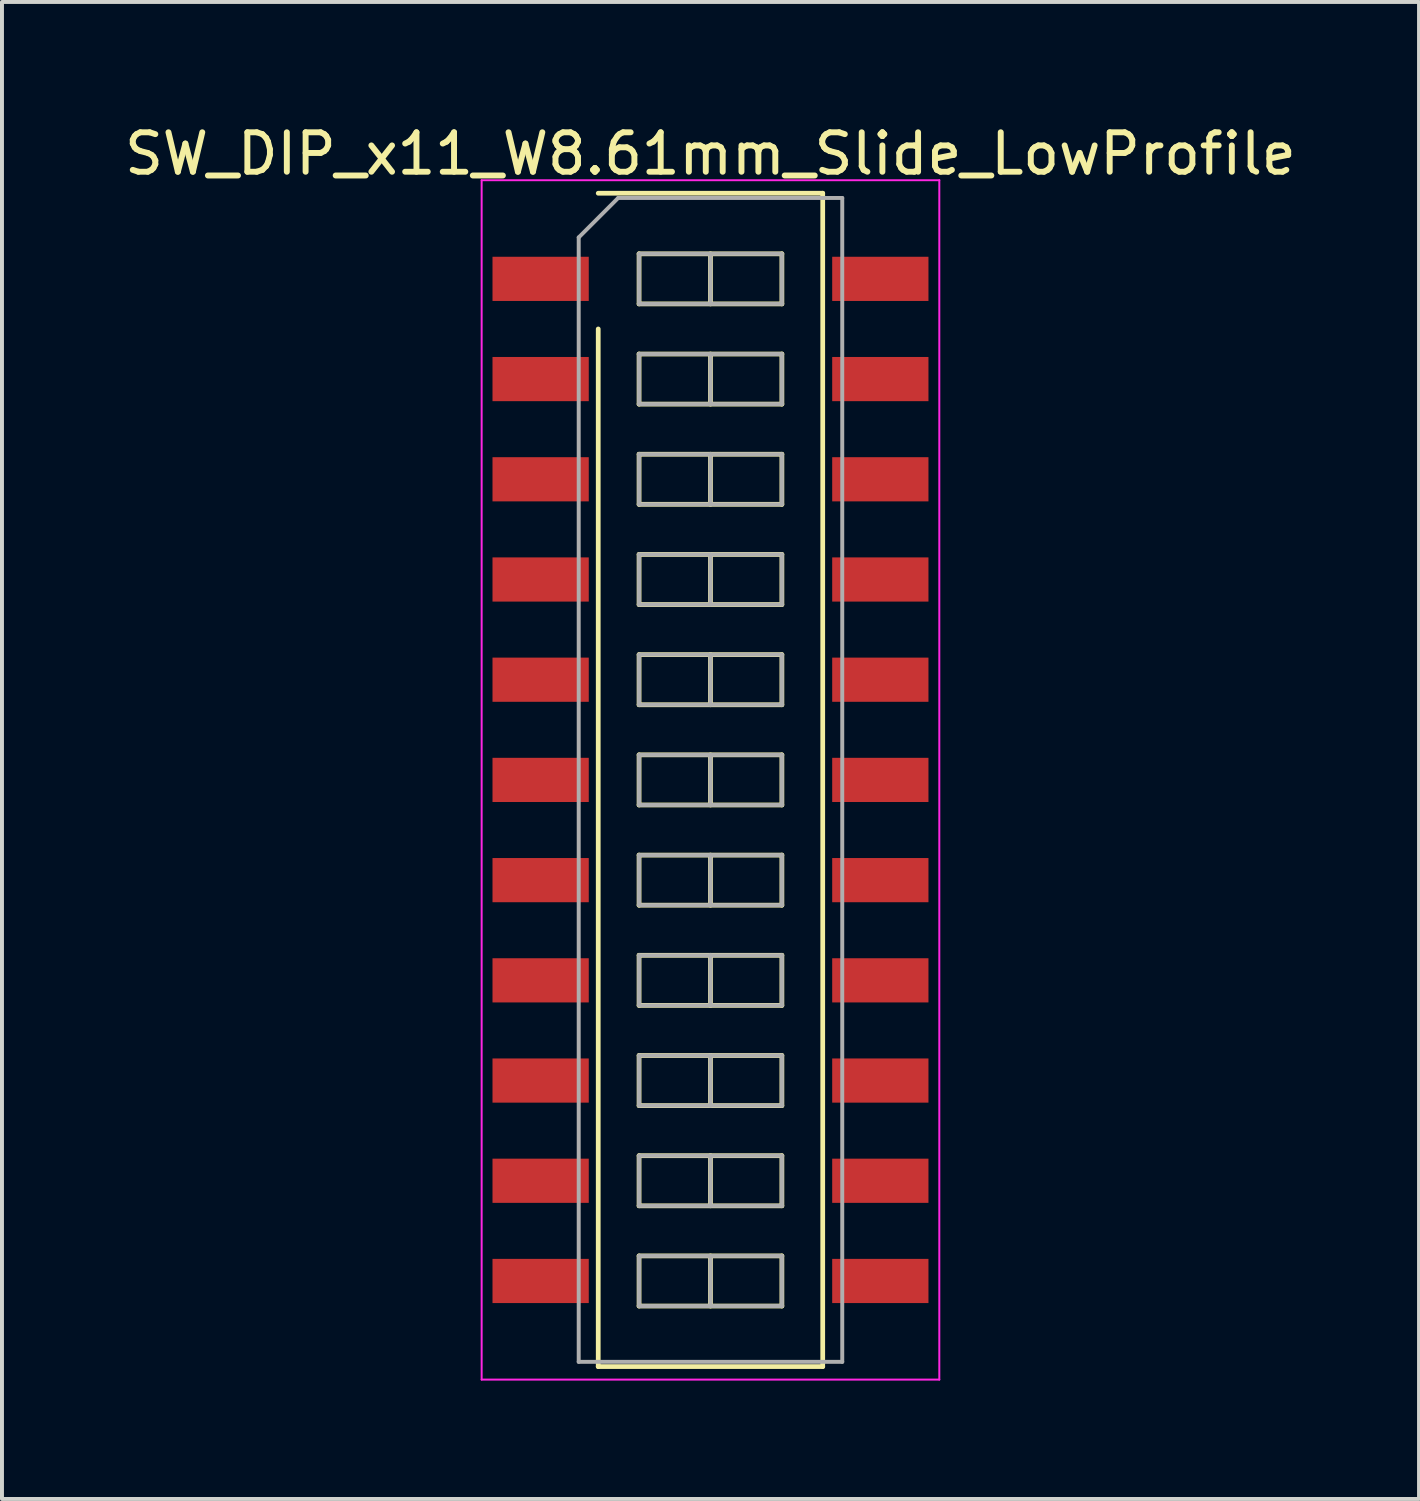
<source format=kicad_pcb>
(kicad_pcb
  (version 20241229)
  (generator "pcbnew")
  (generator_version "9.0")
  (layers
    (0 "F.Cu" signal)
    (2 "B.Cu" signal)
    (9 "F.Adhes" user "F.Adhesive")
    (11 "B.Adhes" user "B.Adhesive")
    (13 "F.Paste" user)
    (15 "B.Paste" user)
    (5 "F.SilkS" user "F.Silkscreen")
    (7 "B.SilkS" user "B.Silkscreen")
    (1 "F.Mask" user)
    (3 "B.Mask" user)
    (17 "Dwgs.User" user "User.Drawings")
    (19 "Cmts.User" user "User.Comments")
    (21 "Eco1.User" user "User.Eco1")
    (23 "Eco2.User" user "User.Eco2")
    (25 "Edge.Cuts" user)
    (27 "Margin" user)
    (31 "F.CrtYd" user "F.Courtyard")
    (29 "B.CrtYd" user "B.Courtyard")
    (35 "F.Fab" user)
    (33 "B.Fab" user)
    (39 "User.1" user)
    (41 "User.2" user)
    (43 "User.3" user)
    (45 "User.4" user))
  (footprint "SW_DIP_x11_W8.61mm_Slide_LowProfile"
    (layer "F.Cu")
    (at 14.958 16.718)
    (property "Reference" "SW_DIP_x11_W8.61mm_Slide_LowProfile" (at 0 -15.87 0) (layer "F.SilkS") (effects (font (size 1 1) (thickness 0.15))))
    (attr smd)
    (fp_line (start -2.845 -14.87) (end 2.845 -14.87) (stroke (width 0.12) (type solid)) (layer "F.SilkS"))
    (fp_line (start -2.845 14.87) (end -2.845 -11.43) (stroke (width 0.12) (type solid)) (layer "F.SilkS"))
    (fp_line (start -1.81 -13.335) (end -1.81 -12.065) (stroke (width 0.12) (type solid)) (layer "F.SilkS"))
    (fp_line (start -1.81 -12.065) (end 1.81 -12.065) (stroke (width 0.12) (type solid)) (layer "F.SilkS"))
    (fp_line (start -1.81 -10.795) (end -1.81 -9.525) (stroke (width 0.12) (type solid)) (layer "F.SilkS"))
    (fp_line (start -1.81 -9.525) (end 1.81 -9.525) (stroke (width 0.12) (type solid)) (layer "F.SilkS"))
    (fp_line (start -1.81 -8.255) (end -1.81 -6.985) (stroke (width 0.12) (type solid)) (layer "F.SilkS"))
    (fp_line (start -1.81 -6.985) (end 1.81 -6.985) (stroke (width 0.12) (type solid)) (layer "F.SilkS"))
    (fp_line (start -1.81 -5.715) (end -1.81 -4.445) (stroke (width 0.12) (type solid)) (layer "F.SilkS"))
    (fp_line (start -1.81 -4.445) (end 1.81 -4.445) (stroke (width 0.12) (type solid)) (layer "F.SilkS"))
    (fp_line (start -1.81 -3.175) (end -1.81 -1.905) (stroke (width 0.12) (type solid)) (layer "F.SilkS"))
    (fp_line (start -1.81 -1.905) (end 1.81 -1.905) (stroke (width 0.12) (type solid)) (layer "F.SilkS"))
    (fp_line (start -1.81 -0.635) (end -1.81 0.635) (stroke (width 0.12) (type solid)) (layer "F.SilkS"))
    (fp_line (start -1.81 0.635) (end 1.81 0.635) (stroke (width 0.12) (type solid)) (layer "F.SilkS"))
    (fp_line (start -1.81 1.905) (end -1.81 3.175) (stroke (width 0.12) (type solid)) (layer "F.SilkS"))
    (fp_line (start -1.81 3.175) (end 1.81 3.175) (stroke (width 0.12) (type solid)) (layer "F.SilkS"))
    (fp_line (start -1.81 4.445) (end -1.81 5.715) (stroke (width 0.12) (type solid)) (layer "F.SilkS"))
    (fp_line (start -1.81 5.715) (end 1.81 5.715) (stroke (width 0.12) (type solid)) (layer "F.SilkS"))
    (fp_line (start -1.81 6.985) (end -1.81 8.255) (stroke (width 0.12) (type solid)) (layer "F.SilkS"))
    (fp_line (start -1.81 8.255) (end 1.81 8.255) (stroke (width 0.12) (type solid)) (layer "F.SilkS"))
    (fp_line (start -1.81 9.525) (end -1.81 10.795) (stroke (width 0.12) (type solid)) (layer "F.SilkS"))
    (fp_line (start -1.81 10.795) (end 1.81 10.795) (stroke (width 0.12) (type solid)) (layer "F.SilkS"))
    (fp_line (start -1.81 12.065) (end -1.81 13.335) (stroke (width 0.12) (type solid)) (layer "F.SilkS"))
    (fp_line (start -1.81 13.335) (end 1.81 13.335) (stroke (width 0.12) (type solid)) (layer "F.SilkS"))
    (fp_line (start 0 -13.335) (end 0 -12.065) (stroke (width 0.12) (type solid)) (layer "F.SilkS"))
    (fp_line (start 0 -10.795) (end 0 -9.525) (stroke (width 0.12) (type solid)) (layer "F.SilkS"))
    (fp_line (start 0 -8.255) (end 0 -6.985) (stroke (width 0.12) (type solid)) (layer "F.SilkS"))
    (fp_line (start 0 -5.715) (end 0 -4.445) (stroke (width 0.12) (type solid)) (layer "F.SilkS"))
    (fp_line (start 0 -3.175) (end 0 -1.905) (stroke (width 0.12) (type solid)) (layer "F.SilkS"))
    (fp_line (start 0 -0.635) (end 0 0.635) (stroke (width 0.12) (type solid)) (layer "F.SilkS"))
    (fp_line (start 0 1.905) (end 0 3.175) (stroke (width 0.12) (type solid)) (layer "F.SilkS"))
    (fp_line (start 0 4.445) (end 0 5.715) (stroke (width 0.12) (type solid)) (layer "F.SilkS"))
    (fp_line (start 0 6.985) (end 0 8.255) (stroke (width 0.12) (type solid)) (layer "F.SilkS"))
    (fp_line (start 0 9.525) (end 0 10.795) (stroke (width 0.12) (type solid)) (layer "F.SilkS"))
    (fp_line (start 0 12.065) (end 0 13.335) (stroke (width 0.12) (type solid)) (layer "F.SilkS"))
    (fp_line (start 1.81 -13.335) (end -1.81 -13.335) (stroke (width 0.12) (type solid)) (layer "F.SilkS"))
    (fp_line (start 1.81 -12.065) (end 1.81 -13.335) (stroke (width 0.12) (type solid)) (layer "F.SilkS"))
    (fp_line (start 1.81 -10.795) (end -1.81 -10.795) (stroke (width 0.12) (type solid)) (layer "F.SilkS"))
    (fp_line (start 1.81 -9.525) (end 1.81 -10.795) (stroke (width 0.12) (type solid)) (layer "F.SilkS"))
    (fp_line (start 1.81 -8.255) (end -1.81 -8.255) (stroke (width 0.12) (type solid)) (layer "F.SilkS"))
    (fp_line (start 1.81 -6.985) (end 1.81 -8.255) (stroke (width 0.12) (type solid)) (layer "F.SilkS"))
    (fp_line (start 1.81 -5.715) (end -1.81 -5.715) (stroke (width 0.12) (type solid)) (layer "F.SilkS"))
    (fp_line (start 1.81 -4.445) (end 1.81 -5.715) (stroke (width 0.12) (type solid)) (layer "F.SilkS"))
    (fp_line (start 1.81 -3.175) (end -1.81 -3.175) (stroke (width 0.12) (type solid)) (layer "F.SilkS"))
    (fp_line (start 1.81 -1.905) (end 1.81 -3.175) (stroke (width 0.12) (type solid)) (layer "F.SilkS"))
    (fp_line (start 1.81 -0.635) (end -1.81 -0.635) (stroke (width 0.12) (type solid)) (layer "F.SilkS"))
    (fp_line (start 1.81 0.635) (end 1.81 -0.635) (stroke (width 0.12) (type solid)) (layer "F.SilkS"))
    (fp_line (start 1.81 1.905) (end -1.81 1.905) (stroke (width 0.12) (type solid)) (layer "F.SilkS"))
    (fp_line (start 1.81 3.175) (end 1.81 1.905) (stroke (width 0.12) (type solid)) (layer "F.SilkS"))
    (fp_line (start 1.81 4.445) (end -1.81 4.445) (stroke (width 0.12) (type solid)) (layer "F.SilkS"))
    (fp_line (start 1.81 5.715) (end 1.81 4.445) (stroke (width 0.12) (type solid)) (layer "F.SilkS"))
    (fp_line (start 1.81 6.985) (end -1.81 6.985) (stroke (width 0.12) (type solid)) (layer "F.SilkS"))
    (fp_line (start 1.81 8.255) (end 1.81 6.985) (stroke (width 0.12) (type solid)) (layer "F.SilkS"))
    (fp_line (start 1.81 9.525) (end -1.81 9.525) (stroke (width 0.12) (type solid)) (layer "F.SilkS"))
    (fp_line (start 1.81 10.795) (end 1.81 9.525) (stroke (width 0.12) (type solid)) (layer "F.SilkS"))
    (fp_line (start 1.81 12.065) (end -1.81 12.065) (stroke (width 0.12) (type solid)) (layer "F.SilkS"))
    (fp_line (start 1.81 13.335) (end 1.81 12.065) (stroke (width 0.12) (type solid)) (layer "F.SilkS"))
    (fp_line (start 2.845 -14.87) (end 2.845 14.87) (stroke (width 0.12) (type solid)) (layer "F.SilkS"))
    (fp_line (start 2.845 14.87) (end -2.845 14.87) (stroke (width 0.12) (type solid)) (layer "F.SilkS"))
    (fp_line (start -5.8 -15.2) (end -5.8 15.2) (stroke (width 0.05) (type solid)) (layer "F.CrtYd"))
    (fp_line (start -5.8 15.2) (end 5.8 15.2) (stroke (width 0.05) (type solid)) (layer "F.CrtYd"))
    (fp_line (start 5.8 -15.2) (end -5.8 -15.2) (stroke (width 0.05) (type solid)) (layer "F.CrtYd"))
    (fp_line (start 5.8 15.2) (end 5.8 -15.2) (stroke (width 0.05) (type solid)) (layer "F.CrtYd"))
    (fp_line (start -3.34 -13.75) (end -2.34 -14.75) (stroke (width 0.1) (type solid)) (layer "F.Fab"))
    (fp_line (start -3.34 14.75) (end -3.34 -13.75) (stroke (width 0.1) (type solid)) (layer "F.Fab"))
    (fp_line (start -2.34 -14.75) (end 3.34 -14.75) (stroke (width 0.1) (type solid)) (layer "F.Fab"))
    (fp_line (start -1.81 -13.335) (end -1.81 -12.065) (stroke (width 0.1) (type solid)) (layer "F.Fab"))
    (fp_line (start -1.81 -12.065) (end 1.81 -12.065) (stroke (width 0.1) (type solid)) (layer "F.Fab"))
    (fp_line (start -1.81 -10.795) (end -1.81 -9.525) (stroke (width 0.1) (type solid)) (layer "F.Fab"))
    (fp_line (start -1.81 -9.525) (end 1.81 -9.525) (stroke (width 0.1) (type solid)) (layer "F.Fab"))
    (fp_line (start -1.81 -8.255) (end -1.81 -6.985) (stroke (width 0.1) (type solid)) (layer "F.Fab"))
    (fp_line (start -1.81 -6.985) (end 1.81 -6.985) (stroke (width 0.1) (type solid)) (layer "F.Fab"))
    (fp_line (start -1.81 -5.715) (end -1.81 -4.445) (stroke (width 0.1) (type solid)) (layer "F.Fab"))
    (fp_line (start -1.81 -4.445) (end 1.81 -4.445) (stroke (width 0.1) (type solid)) (layer "F.Fab"))
    (fp_line (start -1.81 -3.175) (end -1.81 -1.905) (stroke (width 0.1) (type solid)) (layer "F.Fab"))
    (fp_line (start -1.81 -1.905) (end 1.81 -1.905) (stroke (width 0.1) (type solid)) (layer "F.Fab"))
    (fp_line (start -1.81 -0.635) (end -1.81 0.635) (stroke (width 0.1) (type solid)) (layer "F.Fab"))
    (fp_line (start -1.81 0.635) (end 1.81 0.635) (stroke (width 0.1) (type solid)) (layer "F.Fab"))
    (fp_line (start -1.81 1.905) (end -1.81 3.175) (stroke (width 0.1) (type solid)) (layer "F.Fab"))
    (fp_line (start -1.81 3.175) (end 1.81 3.175) (stroke (width 0.1) (type solid)) (layer "F.Fab"))
    (fp_line (start -1.81 4.445) (end -1.81 5.715) (stroke (width 0.1) (type solid)) (layer "F.Fab"))
    (fp_line (start -1.81 5.715) (end 1.81 5.715) (stroke (width 0.1) (type solid)) (layer "F.Fab"))
    (fp_line (start -1.81 6.985) (end -1.81 8.255) (stroke (width 0.1) (type solid)) (layer "F.Fab"))
    (fp_line (start -1.81 8.255) (end 1.81 8.255) (stroke (width 0.1) (type solid)) (layer "F.Fab"))
    (fp_line (start -1.81 9.525) (end -1.81 10.795) (stroke (width 0.1) (type solid)) (layer "F.Fab"))
    (fp_line (start -1.81 10.795) (end 1.81 10.795) (stroke (width 0.1) (type solid)) (layer "F.Fab"))
    (fp_line (start -1.81 12.065) (end -1.81 13.335) (stroke (width 0.1) (type solid)) (layer "F.Fab"))
    (fp_line (start -1.81 13.335) (end 1.81 13.335) (stroke (width 0.1) (type solid)) (layer "F.Fab"))
    (fp_line (start 0 -13.335) (end 0 -12.065) (stroke (width 0.1) (type solid)) (layer "F.Fab"))
    (fp_line (start 0 -10.795) (end 0 -9.525) (stroke (width 0.1) (type solid)) (layer "F.Fab"))
    (fp_line (start 0 -8.255) (end 0 -6.985) (stroke (width 0.1) (type solid)) (layer "F.Fab"))
    (fp_line (start 0 -5.715) (end 0 -4.445) (stroke (width 0.1) (type solid)) (layer "F.Fab"))
    (fp_line (start 0 -3.175) (end 0 -1.905) (stroke (width 0.1) (type solid)) (layer "F.Fab"))
    (fp_line (start 0 -0.635) (end 0 0.635) (stroke (width 0.1) (type solid)) (layer "F.Fab"))
    (fp_line (start 0 1.905) (end 0 3.175) (stroke (width 0.1) (type solid)) (layer "F.Fab"))
    (fp_line (start 0 4.445) (end 0 5.715) (stroke (width 0.1) (type solid)) (layer "F.Fab"))
    (fp_line (start 0 6.985) (end 0 8.255) (stroke (width 0.1) (type solid)) (layer "F.Fab"))
    (fp_line (start 0 9.525) (end 0 10.795) (stroke (width 0.1) (type solid)) (layer "F.Fab"))
    (fp_line (start 0 12.065) (end 0 13.335) (stroke (width 0.1) (type solid)) (layer "F.Fab"))
    (fp_line (start 1.81 -13.335) (end -1.81 -13.335) (stroke (width 0.1) (type solid)) (layer "F.Fab"))
    (fp_line (start 1.81 -12.065) (end 1.81 -13.335) (stroke (width 0.1) (type solid)) (layer "F.Fab"))
    (fp_line (start 1.81 -10.795) (end -1.81 -10.795) (stroke (width 0.1) (type solid)) (layer "F.Fab"))
    (fp_line (start 1.81 -9.525) (end 1.81 -10.795) (stroke (width 0.1) (type solid)) (layer "F.Fab"))
    (fp_line (start 1.81 -8.255) (end -1.81 -8.255) (stroke (width 0.1) (type solid)) (layer "F.Fab"))
    (fp_line (start 1.81 -6.985) (end 1.81 -8.255) (stroke (width 0.1) (type solid)) (layer "F.Fab"))
    (fp_line (start 1.81 -5.715) (end -1.81 -5.715) (stroke (width 0.1) (type solid)) (layer "F.Fab"))
    (fp_line (start 1.81 -4.445) (end 1.81 -5.715) (stroke (width 0.1) (type solid)) (layer "F.Fab"))
    (fp_line (start 1.81 -3.175) (end -1.81 -3.175) (stroke (width 0.1) (type solid)) (layer "F.Fab"))
    (fp_line (start 1.81 -1.905) (end 1.81 -3.175) (stroke (width 0.1) (type solid)) (layer "F.Fab"))
    (fp_line (start 1.81 -0.635) (end -1.81 -0.635) (stroke (width 0.1) (type solid)) (layer "F.Fab"))
    (fp_line (start 1.81 0.635) (end 1.81 -0.635) (stroke (width 0.1) (type solid)) (layer "F.Fab"))
    (fp_line (start 1.81 1.905) (end -1.81 1.905) (stroke (width 0.1) (type solid)) (layer "F.Fab"))
    (fp_line (start 1.81 3.175) (end 1.81 1.905) (stroke (width 0.1) (type solid)) (layer "F.Fab"))
    (fp_line (start 1.81 4.445) (end -1.81 4.445) (stroke (width 0.1) (type solid)) (layer "F.Fab"))
    (fp_line (start 1.81 5.715) (end 1.81 4.445) (stroke (width 0.1) (type solid)) (layer "F.Fab"))
    (fp_line (start 1.81 6.985) (end -1.81 6.985) (stroke (width 0.1) (type solid)) (layer "F.Fab"))
    (fp_line (start 1.81 8.255) (end 1.81 6.985) (stroke (width 0.1) (type solid)) (layer "F.Fab"))
    (fp_line (start 1.81 9.525) (end -1.81 9.525) (stroke (width 0.1) (type solid)) (layer "F.Fab"))
    (fp_line (start 1.81 10.795) (end 1.81 9.525) (stroke (width 0.1) (type solid)) (layer "F.Fab"))
    (fp_line (start 1.81 12.065) (end -1.81 12.065) (stroke (width 0.1) (type solid)) (layer "F.Fab"))
    (fp_line (start 1.81 13.335) (end 1.81 12.065) (stroke (width 0.1) (type solid)) (layer "F.Fab"))
    (fp_line (start 3.34 -14.75) (end 3.34 14.75) (stroke (width 0.1) (type solid)) (layer "F.Fab"))
    (fp_line (start 3.34 14.75) (end -3.34 14.75) (stroke (width 0.1) (type solid)) (layer "F.Fab"))
    (pad "1" smd rect (at -4.305 -12.7) (size 2.44 1.12) (layers "F.Cu" "F.Mask"))
    (pad "2" smd rect (at -4.305 -10.16) (size 2.44 1.12) (layers "F.Cu" "F.Mask"))
    (pad "3" smd rect (at -4.305 -7.62) (size 2.44 1.12) (layers "F.Cu" "F.Mask"))
    (pad "4" smd rect (at -4.305 -5.08) (size 2.44 1.12) (layers "F.Cu" "F.Mask"))
    (pad "5" smd rect (at -4.305 -2.54) (size 2.44 1.12) (layers "F.Cu" "F.Mask"))
    (pad "6" smd rect (at -4.305 0) (size 2.44 1.12) (layers "F.Cu" "F.Mask"))
    (pad "7" smd rect (at -4.305 2.54) (size 2.44 1.12) (layers "F.Cu" "F.Mask"))
    (pad "8" smd rect (at -4.305 5.08) (size 2.44 1.12) (layers "F.Cu" "F.Mask"))
    (pad "9" smd rect (at -4.305 7.62) (size 2.44 1.12) (layers "F.Cu" "F.Mask"))
    (pad "10" smd rect (at -4.305 10.16) (size 2.44 1.12) (layers "F.Cu" "F.Mask"))
    (pad "11" smd rect (at -4.305 12.7) (size 2.44 1.12) (layers "F.Cu" "F.Mask"))
    (pad "12" smd rect (at 4.305 12.7) (size 2.44 1.12) (layers "F.Cu" "F.Mask"))
    (pad "13" smd rect (at 4.305 10.16) (size 2.44 1.12) (layers "F.Cu" "F.Mask"))
    (pad "14" smd rect (at 4.305 7.62) (size 2.44 1.12) (layers "F.Cu" "F.Mask"))
    (pad "15" smd rect (at 4.305 5.08) (size 2.44 1.12) (layers "F.Cu" "F.Mask"))
    (pad "16" smd rect (at 4.305 2.54) (size 2.44 1.12) (layers "F.Cu" "F.Mask"))
    (pad "17" smd rect (at 4.305 0) (size 2.44 1.12) (layers "F.Cu" "F.Mask"))
    (pad "18" smd rect (at 4.305 -2.54) (size 2.44 1.12) (layers "F.Cu" "F.Mask"))
    (pad "19" smd rect (at 4.305 -5.08) (size 2.44 1.12) (layers "F.Cu" "F.Mask"))
    (pad "20" smd rect (at 4.305 -7.62) (size 2.44 1.12) (layers "F.Cu" "F.Mask"))
    (pad "21" smd rect (at 4.305 -10.16) (size 2.44 1.12) (layers "F.Cu" "F.Mask"))
    (pad "22" smd rect (at 4.305 -12.7) (size 2.44 1.12) (layers "F.Cu" "F.Mask")))
  (gr_rect
    (start -3 -3)
    (end 32.917 34.943)
    (stroke (width 0.1) (type default))
    (fill no)
    (layer "Edge.Cuts")))
</source>
